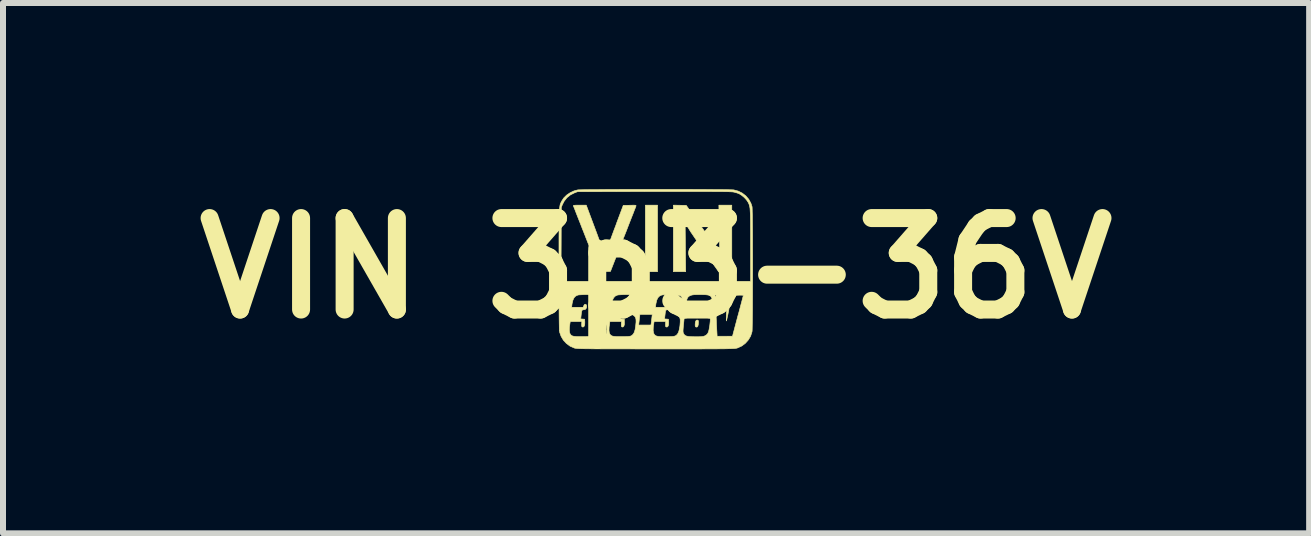
<source format=kicad_pcb>
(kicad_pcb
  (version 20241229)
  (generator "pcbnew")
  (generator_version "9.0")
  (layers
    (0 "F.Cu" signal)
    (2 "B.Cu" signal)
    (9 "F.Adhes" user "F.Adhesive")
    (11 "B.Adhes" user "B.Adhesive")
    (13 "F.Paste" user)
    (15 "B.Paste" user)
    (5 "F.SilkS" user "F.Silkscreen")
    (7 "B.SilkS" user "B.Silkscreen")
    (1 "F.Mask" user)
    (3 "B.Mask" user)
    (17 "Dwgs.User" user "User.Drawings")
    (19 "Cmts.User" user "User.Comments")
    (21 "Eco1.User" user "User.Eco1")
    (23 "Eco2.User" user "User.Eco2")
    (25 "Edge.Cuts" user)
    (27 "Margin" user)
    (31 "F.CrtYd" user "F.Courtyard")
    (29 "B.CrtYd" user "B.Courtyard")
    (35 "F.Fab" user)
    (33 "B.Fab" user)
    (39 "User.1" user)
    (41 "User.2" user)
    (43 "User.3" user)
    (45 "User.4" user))
  (footprint "VIN 3p3-36V"
    (layer "F.Cu")
    (at 7.881 1.418)
    (property "Reference" "VIN 3p3-36V" (at 0 0 0) (layer "F.SilkS") (effects (font (size 1.524 1.524) (thickness 0.3))))
    (attr through_hole)
    (fp_poly (pts (xy 0.025 0.059) (xy -0.178 0.059) (xy -0.178 -1.05) (xy 0.025 -1.05) (xy 0.025 0.059)) (stroke (width 0.01) (type solid)) (fill yes) (layer "F.SilkS"))
    (fp_poly (pts (xy 0.688 0.865) (xy 0.7 0.869) (xy 0.706 0.881) (xy 0.706 0.902) (xy 0.703 0.944) (xy 0.695 0.971) (xy 0.681 0.982) (xy 0.679 0.982) (xy 0.663 0.979) (xy 0.658 0.976) (xy 0.653 0.963) (xy 0.652 0.94) (xy 0.654 0.913) (xy 0.659 0.889) (xy 0.66 0.885) (xy 0.671 0.868) (xy 0.688 0.865) (xy 0.688 0.865)) (stroke (width 0.01) (type solid)) (fill yes) (layer "F.SilkS"))
    (fp_poly (pts (xy 0.395 -1.048) (xy 0.503 -1.046) (xy 0.663 -0.821) (xy 0.708 -0.757) (xy 0.757 -0.687) (xy 0.806 -0.617) (xy 0.853 -0.549) (xy 0.895 -0.487) (xy 0.929 -0.435) (xy 0.932 -0.432) (xy 0.963 -0.384) (xy 0.993 -0.34) (xy 1.018 -0.302) (xy 1.038 -0.273) (xy 1.051 -0.255) (xy 1.054 -0.25) (xy 1.064 -0.239) (xy 1.066 -0.242) (xy 1.063 -0.254) (xy 1.062 -0.267) (xy 1.061 -0.294) (xy 1.059 -0.336) (xy 1.058 -0.388) (xy 1.056 -0.451) (xy 1.055 -0.521) (xy 1.054 -0.597) (xy 1.053 -0.663) (xy 1.047 -1.05) (xy 1.262 -1.05) (xy 1.262 0.059) (xy 1.043 0.059) (xy 0.83 -0.241) (xy 0.782 -0.309) (xy 0.734 -0.377) (xy 0.689 -0.442) (xy 0.647 -0.503) (xy 0.61 -0.558) (xy 0.579 -0.603) (xy 0.557 -0.638) (xy 0.551 -0.648) (xy 0.485 -0.754) (xy 0.489 -0.347) (xy 0.494 0.059) (xy 0.288 0.059) (xy 0.288 -1.05) (xy 0.395 -1.048)) (stroke (width 0.01) (type solid)) (fill yes) (layer "F.SilkS"))
    (fp_poly (pts (xy -1.039 -0.718) (xy -1.011 -0.643) (xy -0.984 -0.571) (xy -0.959 -0.502) (xy -0.936 -0.441) (xy -0.917 -0.387) (xy -0.901 -0.345) (xy -0.89 -0.315) (xy -0.888 -0.309) (xy -0.876 -0.275) (xy -0.865 -0.248) (xy -0.858 -0.23) (xy -0.856 -0.226) (xy -0.851 -0.232) (xy -0.842 -0.251) (xy -0.83 -0.28) (xy -0.815 -0.319) (xy -0.806 -0.345) (xy -0.792 -0.383) (xy -0.773 -0.435) (xy -0.751 -0.496) (xy -0.726 -0.564) (xy -0.699 -0.637) (xy -0.671 -0.71) (xy -0.654 -0.758) (xy -0.546 -1.046) (xy -0.437 -1.048) (xy -0.393 -1.049) (xy -0.363 -1.049) (xy -0.344 -1.048) (xy -0.335 -1.045) (xy -0.333 -1.04) (xy -0.334 -1.035) (xy -0.338 -1.025) (xy -0.347 -1) (xy -0.362 -0.963) (xy -0.381 -0.913) (xy -0.405 -0.853) (xy -0.432 -0.784) (xy -0.462 -0.707) (xy -0.494 -0.623) (xy -0.529 -0.535) (xy -0.55 -0.483) (xy -0.76 0.055) (xy -0.947 0.06) (xy -0.972 -0.006) (xy -0.979 -0.023) (xy -0.991 -0.053) (xy -1.007 -0.096) (xy -1.028 -0.148) (xy -1.052 -0.209) (xy -1.078 -0.277) (xy -1.107 -0.351) (xy -1.137 -0.427) (xy -1.168 -0.506) (xy -1.199 -0.585) (xy -1.23 -0.663) (xy -1.259 -0.738) (xy -1.287 -0.808) (xy -1.312 -0.872) (xy -1.334 -0.928) (xy -1.352 -0.975) (xy -1.366 -1.01) (xy -1.375 -1.032) (xy -1.378 -1.039) (xy -1.376 -1.044) (xy -1.364 -1.047) (xy -1.34 -1.049) (xy -1.303 -1.05) (xy -1.272 -1.05) (xy -1.163 -1.05) (xy -1.039 -0.718)) (stroke (width 0.01) (type solid)) (fill yes) (layer "F.SilkS"))
    (fp_poly (pts (xy 0.061 -1.312) (xy 0.191 -1.312) (xy 0.319 -1.312) (xy 0.445 -1.312) (xy 0.566 -1.312) (xy 0.682 -1.311) (xy 0.791 -1.311) (xy 0.893 -1.31) (xy 0.986 -1.309) (xy 1.069 -1.309) (xy 1.141 -1.308) (xy 1.201 -1.307) (xy 1.248 -1.306) (xy 1.279 -1.305) (xy 1.295 -1.304) (xy 1.369 -1.284) (xy 1.437 -1.25) (xy 1.496 -1.204) (xy 1.545 -1.147) (xy 1.581 -1.081) (xy 1.6 -1.023) (xy 1.601 -1.009) (xy 1.602 -0.979) (xy 1.603 -0.934) (xy 1.605 -0.877) (xy 1.605 -0.808) (xy 1.606 -0.728) (xy 1.607 -0.639) (xy 1.608 -0.543) (xy 1.608 -0.439) (xy 1.608 -0.331) (xy 1.609 -0.219) (xy 1.609 -0.103) (xy 1.609 0.013) (xy 1.609 0.129) (xy 1.609 0.245) (xy 1.608 0.357) (xy 1.608 0.466) (xy 1.607 0.57) (xy 1.607 0.667) (xy 1.606 0.757) (xy 1.605 0.838) (xy 1.604 0.908) (xy 1.603 0.966) (xy 1.602 1.012) (xy 1.601 1.044) (xy 1.599 1.06) (xy 1.599 1.06) (xy 1.576 1.132) (xy 1.538 1.196) (xy 1.488 1.252) (xy 1.428 1.297) (xy 1.359 1.329) (xy 1.352 1.331) (xy 1.345 1.333) (xy 1.336 1.335) (xy 1.326 1.336) (xy 1.313 1.338) (xy 1.297 1.339) (xy 1.276 1.34) (xy 1.25 1.341) (xy 1.217 1.342) (xy 1.178 1.343) (xy 1.132 1.344) (xy 1.077 1.344) (xy 1.013 1.345) (xy 0.938 1.345) (xy 0.853 1.345) (xy 0.756 1.346) (xy 0.647 1.346) (xy 0.524 1.346) (xy 0.387 1.346) (xy 0.235 1.346) (xy 0.067 1.346) (xy -0.007 1.346) (xy -0.182 1.346) (xy -0.34 1.346) (xy -0.484 1.345) (xy -0.612 1.345) (xy -0.727 1.345) (xy -0.83 1.345) (xy -0.92 1.345) (xy -0.999 1.344) (xy -1.067 1.344) (xy -1.126 1.343) (xy -1.176 1.343) (xy -1.218 1.342) (xy -1.252 1.341) (xy -1.281 1.34) (xy -1.304 1.339) (xy -1.322 1.337) (xy -1.336 1.336) (xy -1.347 1.334) (xy -1.355 1.333) (xy -1.362 1.331) (xy -1.363 1.33) (xy -1.432 1.3) (xy -1.493 1.255) (xy -1.544 1.2) (xy -1.582 1.136) (xy -1.607 1.065) (xy -1.608 1.06) (xy -1.609 1.046) (xy -1.61 1.037) (xy -1.445 1.037) (xy -1.439 1.077) (xy -1.433 1.092) (xy -1.423 1.109) (xy -1.409 1.122) (xy -1.389 1.131) (xy -1.362 1.137) (xy -1.324 1.14) (xy -1.274 1.141) (xy -1.223 1.141) (xy -1.172 1.14) (xy -1.135 1.139) (xy -1.108 1.137) (xy -1.09 1.133) (xy -1.076 1.129) (xy -1.065 1.122) (xy -1.061 1.12) (xy -1.04 1.099) (xy -1.036 1.093) (xy -0.962 1.093) (xy -0.956 1.128) (xy -0.942 1.157) (xy -0.935 1.165) (xy -0.918 1.18) (xy -0.903 1.183) (xy -0.886 1.174) (xy -0.868 1.157) (xy -0.843 1.123) (xy -0.827 1.08) (xy -0.823 1.037) (xy -0.784 1.037) (xy -0.779 1.077) (xy -0.773 1.092) (xy -0.762 1.109) (xy -0.748 1.122) (xy -0.729 1.131) (xy -0.701 1.137) (xy -0.664 1.14) (xy -0.613 1.141) (xy -0.563 1.141) (xy -0.512 1.14) (xy -0.474 1.139) (xy -0.448 1.137) (xy -0.429 1.133) (xy -0.416 1.129) (xy -0.405 1.122) (xy -0.401 1.12) (xy -0.38 1.099) (xy -0.363 1.07) (xy -0.353 1.037) (xy -0.048 1.037) (xy -0.042 1.077) (xy -0.036 1.092) (xy -0.026 1.109) (xy -0.012 1.122) (xy 0.008 1.131) (xy 0.035 1.137) (xy 0.073 1.14) (xy 0.123 1.141) (xy 0.174 1.141) (xy 0.225 1.14) (xy 0.262 1.139) (xy 0.289 1.137) (xy 0.307 1.133) (xy 0.321 1.129) (xy 0.332 1.122) (xy 0.336 1.12) (xy 0.357 1.099) (xy 0.373 1.07) (xy 0.379 1.053) (xy 0.45 1.053) (xy 0.451 1.067) (xy 0.454 1.078) (xy 0.457 1.087) (xy 0.46 1.092) (xy 0.472 1.11) (xy 0.488 1.124) (xy 0.513 1.133) (xy 0.546 1.139) (xy 0.592 1.142) (xy 0.653 1.143) (xy 0.656 1.143) (xy 0.706 1.143) (xy 0.744 1.142) (xy 0.771 1.139) (xy 0.791 1.136) (xy 0.808 1.13) (xy 0.818 1.126) (xy 0.841 1.111) (xy 0.859 1.092) (xy 0.873 1.064) (xy 0.883 1.026) (xy 0.892 0.975) (xy 0.895 0.957) (xy 0.903 0.883) (xy 0.905 0.824) (xy 0.9 0.778) (xy 0.887 0.744) (xy 0.866 0.72) (xy 0.835 0.704) (xy 0.794 0.696) (xy 0.744 0.694) (xy 0.675 0.694) (xy 0.681 0.663) (xy 0.687 0.63) (xy 0.693 0.612) (xy 0.701 0.604) (xy 0.711 0.602) (xy 0.714 0.603) (xy 0.728 0.61) (xy 0.734 0.628) (xy 0.735 0.633) (xy 0.738 0.66) (xy 0.93 0.66) (xy 0.935 0.594) (xy 0.938 0.554) (xy 0.936 0.525) (xy 0.93 0.502) (xy 0.928 0.497) (xy 0.918 0.477) (xy 0.904 0.463) (xy 0.884 0.452) (xy 0.868 0.449) (xy 0.982 0.449) (xy 0.986 0.497) (xy 0.988 0.52) (xy 0.99 0.556) (xy 0.992 0.603) (xy 0.995 0.658) (xy 0.998 0.717) (xy 0.999 0.754) (xy 1.002 0.817) (xy 1.005 0.881) (xy 1.007 0.94) (xy 1.01 0.993) (xy 1.012 1.033) (xy 1.013 1.048) (xy 1.018 1.135) (xy 1.274 1.134) (xy 1.362 0.802) (xy 1.382 0.73) (xy 1.4 0.662) (xy 1.416 0.601) (xy 1.43 0.549) (xy 1.441 0.507) (xy 1.449 0.477) (xy 1.454 0.461) (xy 1.454 0.459) (xy 1.453 0.454) (xy 1.442 0.451) (xy 1.419 0.45) (xy 1.384 0.45) (xy 1.359 0.451) (xy 1.259 0.453) (xy 1.218 0.664) (xy 1.207 0.721) (xy 1.197 0.773) (xy 1.187 0.817) (xy 1.18 0.851) (xy 1.175 0.872) (xy 1.173 0.879) (xy 1.171 0.874) (xy 1.171 0.855) (xy 1.171 0.821) (xy 1.172 0.772) (xy 1.175 0.708) (xy 1.178 0.628) (xy 1.181 0.544) (xy 1.185 0.449) (xy 0.982 0.449) (xy 0.868 0.449) (xy 0.856 0.446) (xy 0.817 0.442) (xy 0.764 0.441) (xy 0.731 0.44) (xy 0.679 0.441) (xy 0.641 0.442) (xy 0.613 0.445) (xy 0.593 0.449) (xy 0.575 0.455) (xy 0.569 0.457) (xy 0.553 0.466) (xy 0.539 0.476) (xy 0.528 0.49) (xy 0.518 0.509) (xy 0.51 0.535) (xy 0.502 0.57) (xy 0.495 0.616) (xy 0.487 0.675) (xy 0.479 0.747) (xy 0.475 0.783) (xy 0.466 0.859) (xy 0.46 0.92) (xy 0.455 0.968) (xy 0.452 1.005) (xy 0.45 1.033) (xy 0.45 1.053) (xy 0.379 1.053) (xy 0.386 1.029) (xy 0.396 0.975) (xy 0.399 0.95) (xy 0.403 0.897) (xy 0.403 0.857) (xy 0.396 0.828) (xy 0.384 0.806) (xy 0.366 0.79) (xy 0.339 0.772) (xy 0.369 0.754) (xy 0.397 0.73) (xy 0.417 0.695) (xy 0.43 0.647) (xy 0.438 0.584) (xy 0.439 0.539) (xy 0.435 0.505) (xy 0.424 0.479) (xy 0.405 0.461) (xy 0.375 0.45) (xy 0.332 0.443) (xy 0.276 0.441) (xy 0.239 0.44) (xy 0.194 0.441) (xy 0.152 0.443) (xy 0.118 0.445) (xy 0.095 0.448) (xy 0.093 0.449) (xy 0.058 0.465) (xy 0.031 0.493) (xy 0.012 0.533) (xy -0.001 0.588) (xy -0.004 0.607) (xy -0.009 0.652) (xy 0.183 0.652) (xy 0.192 0.627) (xy 0.205 0.606) (xy 0.218 0.601) (xy 0.233 0.608) (xy 0.241 0.626) (xy 0.241 0.65) (xy 0.235 0.667) (xy 0.223 0.684) (xy 0.202 0.692) (xy 0.193 0.693) (xy 0.178 0.694) (xy 0.168 0.699) (xy 0.161 0.709) (xy 0.156 0.728) (xy 0.152 0.758) (xy 0.148 0.793) (xy 0.142 0.846) (xy 0.175 0.848) (xy 0.207 0.851) (xy 0.21 0.894) (xy 0.209 0.935) (xy 0.202 0.964) (xy 0.188 0.979) (xy 0.176 0.981) (xy 0.165 0.977) (xy 0.159 0.969) (xy 0.158 0.95) (xy 0.158 0.933) (xy 0.16 0.889) (xy -0.032 0.889) (xy -0.037 0.917) (xy -0.046 0.983) (xy -0.048 1.037) (xy -0.353 1.037) (xy -0.35 1.029) (xy -0.341 0.975) (xy -0.338 0.95) (xy -0.338 0.948) (xy -0.29 0.948) (xy -0.187 0.948) (xy -0.148 0.948) (xy -0.115 0.948) (xy -0.093 0.947) (xy -0.084 0.946) (xy -0.084 0.946) (xy -0.083 0.937) (xy -0.08 0.915) (xy -0.076 0.884) (xy -0.073 0.857) (xy -0.063 0.77) (xy -0.269 0.77) (xy -0.275 0.819) (xy -0.279 0.855) (xy -0.283 0.892) (xy -0.285 0.908) (xy -0.29 0.948) (xy -0.338 0.948) (xy -0.333 0.897) (xy -0.334 0.857) (xy -0.34 0.828) (xy -0.353 0.806) (xy -0.371 0.79) (xy -0.398 0.772) (xy -0.368 0.754) (xy -0.34 0.73) (xy -0.32 0.695) (xy -0.306 0.647) (xy -0.299 0.584) (xy -0.297 0.539) (xy -0.301 0.505) (xy -0.312 0.479) (xy -0.332 0.461) (xy -0.362 0.45) (xy -0.404 0.443) (xy -0.461 0.441) (xy -0.497 0.44) (xy -0.543 0.441) (xy -0.585 0.443) (xy -0.619 0.445) (xy -0.641 0.448) (xy -0.644 0.449) (xy -0.679 0.465) (xy -0.706 0.493) (xy -0.725 0.533) (xy -0.738 0.588) (xy -0.74 0.607) (xy -0.746 0.652) (xy -0.554 0.652) (xy -0.544 0.627) (xy -0.531 0.606) (xy -0.518 0.601) (xy -0.503 0.608) (xy -0.495 0.626) (xy -0.496 0.65) (xy -0.501 0.667) (xy -0.514 0.684) (xy -0.534 0.692) (xy -0.543 0.693) (xy -0.559 0.694) (xy -0.569 0.699) (xy -0.576 0.709) (xy -0.581 0.728) (xy -0.585 0.758) (xy -0.589 0.793) (xy -0.594 0.846) (xy -0.562 0.848) (xy -0.529 0.851) (xy -0.527 0.894) (xy -0.527 0.935) (xy -0.535 0.964) (xy -0.549 0.979) (xy -0.561 0.981) (xy -0.572 0.977) (xy -0.577 0.969) (xy -0.579 0.95) (xy -0.578 0.933) (xy -0.576 0.889) (xy -0.769 0.889) (xy -0.773 0.917) (xy -0.782 0.983) (xy -0.784 1.037) (xy -0.823 1.037) (xy -0.821 1.026) (xy -0.821 1.014) (xy -0.825 0.969) (xy -0.835 0.934) (xy -0.85 0.91) (xy -0.863 0.902) (xy -0.887 0.902) (xy -0.909 0.916) (xy -0.928 0.941) (xy -0.944 0.974) (xy -0.955 1.013) (xy -0.962 1.053) (xy -0.962 1.093) (xy -1.036 1.093) (xy -1.024 1.07) (xy -1.011 1.029) (xy -1.001 0.975) (xy -0.998 0.95) (xy -0.994 0.897) (xy -0.994 0.857) (xy -1.001 0.828) (xy -1.013 0.806) (xy -1.031 0.79) (xy -1.058 0.772) (xy -1.028 0.754) (xy -1 0.73) (xy -0.98 0.695) (xy -0.967 0.647) (xy -0.959 0.584) (xy -0.958 0.539) (xy -0.962 0.505) (xy -0.973 0.479) (xy -0.992 0.461) (xy -1.022 0.45) (xy -1.065 0.443) (xy -1.121 0.441) (xy -1.158 0.44) (xy -1.203 0.441) (xy -1.245 0.443) (xy -1.279 0.445) (xy -1.302 0.448) (xy -1.304 0.449) (xy -1.339 0.465) (xy -1.366 0.493) (xy -1.385 0.533) (xy -1.398 0.588) (xy -1.401 0.607) (xy -1.406 0.652) (xy -1.214 0.652) (xy -1.205 0.627) (xy -1.192 0.606) (xy -1.179 0.601) (xy -1.164 0.608) (xy -1.156 0.626) (xy -1.156 0.65) (xy -1.162 0.667) (xy -1.174 0.684) (xy -1.195 0.692) (xy -1.204 0.693) (xy -1.219 0.694) (xy -1.229 0.699) (xy -1.236 0.709) (xy -1.241 0.728) (xy -1.245 0.758) (xy -1.249 0.793) (xy -1.255 0.846) (xy -1.222 0.848) (xy -1.19 0.851) (xy -1.187 0.894) (xy -1.188 0.935) (xy -1.195 0.964) (xy -1.209 0.979) (xy -1.221 0.981) (xy -1.232 0.977) (xy -1.238 0.969) (xy -1.239 0.95) (xy -1.239 0.933) (xy -1.237 0.889) (xy -1.429 0.889) (xy -1.434 0.917) (xy -1.443 0.983) (xy -1.445 1.037) (xy -1.61 1.037) (xy -1.611 1.019) (xy -1.612 0.978) (xy -1.613 0.925) (xy -1.614 0.857) (xy -1.615 0.775) (xy -1.616 0.678) (xy -1.616 0.566) (xy -1.617 0.439) (xy -1.617 0.296) (xy -1.617 0.22) (xy -1.584 0.22) (xy 1.575 0.22) (xy 1.575 -0.379) (xy 1.575 -0.498) (xy 1.575 -0.602) (xy 1.574 -0.691) (xy 1.574 -0.767) (xy 1.573 -0.831) (xy 1.572 -0.885) (xy 1.57 -0.929) (xy 1.568 -0.965) (xy 1.566 -0.994) (xy 1.562 -1.018) (xy 1.558 -1.038) (xy 1.553 -1.054) (xy 1.548 -1.069) (xy 1.541 -1.084) (xy 1.534 -1.098) (xy 1.507 -1.138) (xy 1.47 -1.178) (xy 1.428 -1.213) (xy 1.386 -1.239) (xy 1.386 -1.239) (xy 1.352 -1.252) (xy 1.311 -1.264) (xy 1.282 -1.27) (xy 1.265 -1.271) (xy 1.232 -1.273) (xy 1.185 -1.274) (xy 1.121 -1.275) (xy 1.043 -1.275) (xy 0.948 -1.276) (xy 0.838 -1.277) (xy 0.711 -1.277) (xy 0.568 -1.277) (xy 0.409 -1.277) (xy 0.233 -1.277) (xy 0.04 -1.277) (xy -0.042 -1.277) (xy -1.308 -1.274) (xy -1.356 -1.256) (xy -1.426 -1.221) (xy -1.485 -1.174) (xy -1.531 -1.115) (xy -1.56 -1.059) (xy -1.579 -1.012) (xy -1.581 -0.396) (xy -1.584 0.22) (xy -1.617 0.22) (xy -1.617 0.136) (xy -1.617 0.014) (xy -1.617 -0.14) (xy -1.617 -0.278) (xy -1.617 -0.401) (xy -1.617 -0.51) (xy -1.616 -0.606) (xy -1.616 -0.69) (xy -1.615 -0.762) (xy -1.615 -0.825) (xy -1.613 -0.878) (xy -1.612 -0.922) (xy -1.61 -0.959) (xy -1.608 -0.99) (xy -1.605 -1.015) (xy -1.602 -1.036) (xy -1.599 -1.053) (xy -1.595 -1.067) (xy -1.59 -1.08) (xy -1.585 -1.091) (xy -1.579 -1.103) (xy -1.574 -1.114) (xy -1.538 -1.169) (xy -1.49 -1.217) (xy -1.431 -1.257) (xy -1.367 -1.287) (xy -1.304 -1.304) (xy -1.288 -1.305) (xy -1.256 -1.306) (xy -1.209 -1.307) (xy -1.15 -1.308) (xy -1.077 -1.309) (xy -0.994 -1.309) (xy -0.901 -1.31) (xy -0.799 -1.311) (xy -0.69 -1.311) (xy -0.574 -1.312) (xy -0.453 -1.312) (xy -0.327 -1.312) (xy -0.199 -1.312) (xy -0.069 -1.312) (xy 0.061 -1.312)) (stroke (width 0.01) (type solid)) (fill yes) (layer "F.SilkS")))
  (gr_rect
    (start -3 -3)
    (end 18.763 5.836)
    (stroke (width 0.1) (type default))
    (fill no)
    (layer "Edge.Cuts")))
</source>
